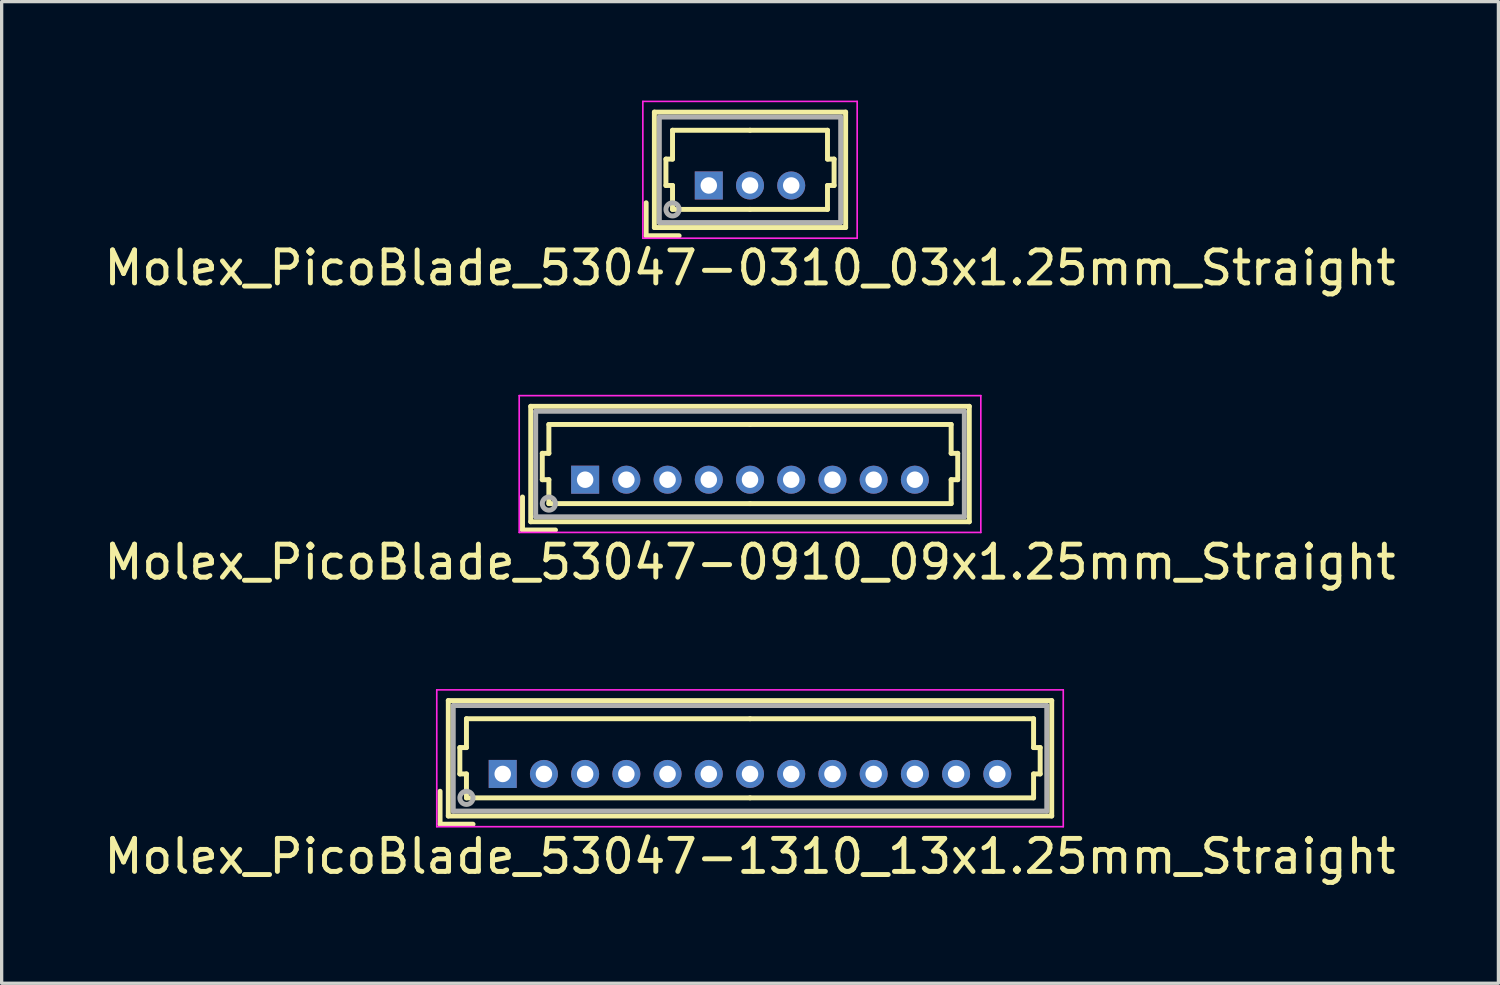
<source format=kicad_pcb>
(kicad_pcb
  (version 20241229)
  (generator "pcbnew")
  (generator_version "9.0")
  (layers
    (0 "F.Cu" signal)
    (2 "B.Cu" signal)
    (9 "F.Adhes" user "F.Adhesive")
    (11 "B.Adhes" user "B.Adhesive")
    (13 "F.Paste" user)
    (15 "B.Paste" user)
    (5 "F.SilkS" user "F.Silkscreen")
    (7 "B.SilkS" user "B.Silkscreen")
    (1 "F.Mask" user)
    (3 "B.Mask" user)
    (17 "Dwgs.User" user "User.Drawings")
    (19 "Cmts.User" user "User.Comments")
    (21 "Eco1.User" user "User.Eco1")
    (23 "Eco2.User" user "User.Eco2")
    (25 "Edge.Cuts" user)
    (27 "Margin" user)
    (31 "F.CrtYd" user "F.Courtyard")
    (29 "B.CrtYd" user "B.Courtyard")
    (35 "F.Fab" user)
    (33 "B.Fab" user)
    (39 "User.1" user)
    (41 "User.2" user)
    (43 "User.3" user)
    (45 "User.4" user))
  (footprint "Molex_PicoBlade_53047-1310_13x1.25mm_Straight"
    (layer "F.Cu")
    (at 12.196 20.422)
    (property "Reference" "Molex_PicoBlade_53047-1310_13x1.25mm_Straight" (at 7.5 2.5 0) (layer "F.SilkS") (effects (font (size 1 1) (thickness 0.15))))
    (attr through_hole)
    (fp_line (start -1.9 1.525) (end -1.9 0.525) (stroke (width 0.15) (type solid)) (layer "F.SilkS"))
    (fp_line (start -1.9 1.525) (end -0.9 1.525) (stroke (width 0.15) (type solid)) (layer "F.SilkS"))
    (fp_line (start -1.65 -2.225) (end -1.65 1.275) (stroke (width 0.15) (type solid)) (layer "F.SilkS"))
    (fp_line (start -1.65 1.275) (end 16.65 1.275) (stroke (width 0.15) (type solid)) (layer "F.SilkS"))
    (fp_line (start -1.3 -0.8) (end -1.1 -0.8) (stroke (width 0.15) (type solid)) (layer "F.SilkS"))
    (fp_line (start -1.3 0) (end -1.3 -0.8) (stroke (width 0.15) (type solid)) (layer "F.SilkS"))
    (fp_line (start -1.1 -1.675) (end 7.5 -1.675) (stroke (width 0.15) (type solid)) (layer "F.SilkS"))
    (fp_line (start -1.1 -0.8) (end -1.1 -1.675) (stroke (width 0.15) (type solid)) (layer "F.SilkS"))
    (fp_line (start -1.1 0) (end -1.3 0) (stroke (width 0.15) (type solid)) (layer "F.SilkS"))
    (fp_line (start -1.1 0.725) (end -1.1 0) (stroke (width 0.15) (type solid)) (layer "F.SilkS"))
    (fp_line (start 7.5 0.725) (end -1.1 0.725) (stroke (width 0.15) (type solid)) (layer "F.SilkS"))
    (fp_line (start 7.5 0.725) (end 16.1 0.725) (stroke (width 0.15) (type solid)) (layer "F.SilkS"))
    (fp_line (start 16.1 -1.675) (end 7.5 -1.675) (stroke (width 0.15) (type solid)) (layer "F.SilkS"))
    (fp_line (start 16.1 -0.8) (end 16.1 -1.675) (stroke (width 0.15) (type solid)) (layer "F.SilkS"))
    (fp_line (start 16.1 0) (end 16.3 0) (stroke (width 0.15) (type solid)) (layer "F.SilkS"))
    (fp_line (start 16.1 0.725) (end 16.1 0) (stroke (width 0.15) (type solid)) (layer "F.SilkS"))
    (fp_line (start 16.3 -0.8) (end 16.1 -0.8) (stroke (width 0.15) (type solid)) (layer "F.SilkS"))
    (fp_line (start 16.3 0) (end 16.3 -0.8) (stroke (width 0.15) (type solid)) (layer "F.SilkS"))
    (fp_line (start 16.65 -2.225) (end -1.65 -2.225) (stroke (width 0.15) (type solid)) (layer "F.SilkS"))
    (fp_line (start 16.65 1.275) (end 16.65 -2.225) (stroke (width 0.15) (type solid)) (layer "F.SilkS"))
    (fp_line (start -2 -2.55) (end -2 1.6) (stroke (width 0.05) (type solid)) (layer "F.CrtYd"))
    (fp_line (start -2 1.6) (end 17 1.6) (stroke (width 0.05) (type solid)) (layer "F.CrtYd"))
    (fp_line (start 17 -2.55) (end -2 -2.55) (stroke (width 0.05) (type solid)) (layer "F.CrtYd"))
    (fp_line (start 17 1.6) (end 17 -2.55) (stroke (width 0.05) (type solid)) (layer "F.CrtYd"))
    (fp_line (start -1.5 -2.075) (end -1.5 1.125) (stroke (width 0.15) (type solid)) (layer "F.Fab"))
    (fp_line (start -1.5 1.125) (end 16.5 1.125) (stroke (width 0.15) (type solid)) (layer "F.Fab"))
    (fp_line (start 16.5 -2.075) (end -1.5 -2.075) (stroke (width 0.15) (type solid)) (layer "F.Fab"))
    (fp_line (start 16.5 1.125) (end 16.5 -2.075) (stroke (width 0.15) (type solid)) (layer "F.Fab"))
    (fp_circle (center -1.1 0.725) (end -0.9 0.725) (stroke (width 0.15) (type solid)) (fill no) (layer "F.Fab"))
    (pad "1" thru_hole rect (at 0 0) (size 0.85 0.85) (drill 0.5) (layers "*.Cu" "*.Mask"))
    (pad "2" thru_hole circle (at 1.25 0) (size 0.85 0.85) (drill 0.5) (layers "*.Cu" "*.Mask"))
    (pad "3" thru_hole circle (at 2.5 0) (size 0.85 0.85) (drill 0.5) (layers "*.Cu" "*.Mask"))
    (pad "4" thru_hole circle (at 3.75 0) (size 0.85 0.85) (drill 0.5) (layers "*.Cu" "*.Mask"))
    (pad "5" thru_hole circle (at 5 0) (size 0.85 0.85) (drill 0.5) (layers "*.Cu" "*.Mask"))
    (pad "6" thru_hole circle (at 6.25 0) (size 0.85 0.85) (drill 0.5) (layers "*.Cu" "*.Mask"))
    (pad "7" thru_hole circle (at 7.5 0) (size 0.85 0.85) (drill 0.5) (layers "*.Cu" "*.Mask"))
    (pad "8" thru_hole circle (at 8.75 0) (size 0.85 0.85) (drill 0.5) (layers "*.Cu" "*.Mask"))
    (pad "9" thru_hole circle (at 10 0) (size 0.85 0.85) (drill 0.5) (layers "*.Cu" "*.Mask"))
    (pad "10" thru_hole circle (at 11.25 0) (size 0.85 0.85) (drill 0.5) (layers "*.Cu" "*.Mask"))
    (pad "11" thru_hole circle (at 12.5 0) (size 0.85 0.85) (drill 0.5) (layers "*.Cu" "*.Mask"))
    (pad "12" thru_hole circle (at 13.75 0) (size 0.85 0.85) (drill 0.5) (layers "*.Cu" "*.Mask"))
    (pad "13" thru_hole circle (at 15 0) (size 0.85 0.85) (drill 0.5) (layers "*.Cu" "*.Mask")))
  (footprint "Molex_PicoBlade_53047-0910_09x1.25mm_Straight"
    (layer "F.Cu")
    (at 14.696 11.498)
    (property "Reference" "Molex_PicoBlade_53047-0910_09x1.25mm_Straight" (at 5 2.5 0) (layer "F.SilkS") (effects (font (size 1 1) (thickness 0.15))))
    (attr through_hole)
    (fp_line (start -1.9 1.525) (end -1.9 0.525) (stroke (width 0.15) (type solid)) (layer "F.SilkS"))
    (fp_line (start -1.9 1.525) (end -0.9 1.525) (stroke (width 0.15) (type solid)) (layer "F.SilkS"))
    (fp_line (start -1.65 -2.225) (end -1.65 1.275) (stroke (width 0.15) (type solid)) (layer "F.SilkS"))
    (fp_line (start -1.65 1.275) (end 11.65 1.275) (stroke (width 0.15) (type solid)) (layer "F.SilkS"))
    (fp_line (start -1.3 -0.8) (end -1.1 -0.8) (stroke (width 0.15) (type solid)) (layer "F.SilkS"))
    (fp_line (start -1.3 0) (end -1.3 -0.8) (stroke (width 0.15) (type solid)) (layer "F.SilkS"))
    (fp_line (start -1.1 -1.675) (end 5 -1.675) (stroke (width 0.15) (type solid)) (layer "F.SilkS"))
    (fp_line (start -1.1 -0.8) (end -1.1 -1.675) (stroke (width 0.15) (type solid)) (layer "F.SilkS"))
    (fp_line (start -1.1 0) (end -1.3 0) (stroke (width 0.15) (type solid)) (layer "F.SilkS"))
    (fp_line (start -1.1 0.725) (end -1.1 0) (stroke (width 0.15) (type solid)) (layer "F.SilkS"))
    (fp_line (start 5 0.725) (end -1.1 0.725) (stroke (width 0.15) (type solid)) (layer "F.SilkS"))
    (fp_line (start 5 0.725) (end 11.1 0.725) (stroke (width 0.15) (type solid)) (layer "F.SilkS"))
    (fp_line (start 11.1 -1.675) (end 5 -1.675) (stroke (width 0.15) (type solid)) (layer "F.SilkS"))
    (fp_line (start 11.1 -0.8) (end 11.1 -1.675) (stroke (width 0.15) (type solid)) (layer "F.SilkS"))
    (fp_line (start 11.1 0) (end 11.3 0) (stroke (width 0.15) (type solid)) (layer "F.SilkS"))
    (fp_line (start 11.1 0.725) (end 11.1 0) (stroke (width 0.15) (type solid)) (layer "F.SilkS"))
    (fp_line (start 11.3 -0.8) (end 11.1 -0.8) (stroke (width 0.15) (type solid)) (layer "F.SilkS"))
    (fp_line (start 11.3 0) (end 11.3 -0.8) (stroke (width 0.15) (type solid)) (layer "F.SilkS"))
    (fp_line (start 11.65 -2.225) (end -1.65 -2.225) (stroke (width 0.15) (type solid)) (layer "F.SilkS"))
    (fp_line (start 11.65 1.275) (end 11.65 -2.225) (stroke (width 0.15) (type solid)) (layer "F.SilkS"))
    (fp_line (start -2 -2.55) (end -2 1.6) (stroke (width 0.05) (type solid)) (layer "F.CrtYd"))
    (fp_line (start -2 1.6) (end 12 1.6) (stroke (width 0.05) (type solid)) (layer "F.CrtYd"))
    (fp_line (start 12 -2.55) (end -2 -2.55) (stroke (width 0.05) (type solid)) (layer "F.CrtYd"))
    (fp_line (start 12 1.6) (end 12 -2.55) (stroke (width 0.05) (type solid)) (layer "F.CrtYd"))
    (fp_line (start -1.5 -2.075) (end -1.5 1.125) (stroke (width 0.15) (type solid)) (layer "F.Fab"))
    (fp_line (start -1.5 1.125) (end 11.5 1.125) (stroke (width 0.15) (type solid)) (layer "F.Fab"))
    (fp_line (start 11.5 -2.075) (end -1.5 -2.075) (stroke (width 0.15) (type solid)) (layer "F.Fab"))
    (fp_line (start 11.5 1.125) (end 11.5 -2.075) (stroke (width 0.15) (type solid)) (layer "F.Fab"))
    (fp_circle (center -1.1 0.725) (end -0.9 0.725) (stroke (width 0.15) (type solid)) (fill no) (layer "F.Fab"))
    (pad "1" thru_hole rect (at 0 0) (size 0.85 0.85) (drill 0.5) (layers "*.Cu" "*.Mask"))
    (pad "2" thru_hole circle (at 1.25 0) (size 0.85 0.85) (drill 0.5) (layers "*.Cu" "*.Mask"))
    (pad "3" thru_hole circle (at 2.5 0) (size 0.85 0.85) (drill 0.5) (layers "*.Cu" "*.Mask"))
    (pad "4" thru_hole circle (at 3.75 0) (size 0.85 0.85) (drill 0.5) (layers "*.Cu" "*.Mask"))
    (pad "5" thru_hole circle (at 5 0) (size 0.85 0.85) (drill 0.5) (layers "*.Cu" "*.Mask"))
    (pad "6" thru_hole circle (at 6.25 0) (size 0.85 0.85) (drill 0.5) (layers "*.Cu" "*.Mask"))
    (pad "7" thru_hole circle (at 7.5 0) (size 0.85 0.85) (drill 0.5) (layers "*.Cu" "*.Mask"))
    (pad "8" thru_hole circle (at 8.75 0) (size 0.85 0.85) (drill 0.5) (layers "*.Cu" "*.Mask"))
    (pad "9" thru_hole circle (at 10 0) (size 0.85 0.85) (drill 0.5) (layers "*.Cu" "*.Mask")))
  (footprint "Molex_PicoBlade_53047-0310_03x1.25mm_Straight"
    (layer "F.Cu")
    (at 18.446 2.575)
    (property "Reference" "Molex_PicoBlade_53047-0310_03x1.25mm_Straight" (at 1.25 2.5 0) (layer "F.SilkS") (effects (font (size 1 1) (thickness 0.15))))
    (attr through_hole)
    (fp_line (start -1.9 1.525) (end -1.9 0.525) (stroke (width 0.15) (type solid)) (layer "F.SilkS"))
    (fp_line (start -1.9 1.525) (end -0.9 1.525) (stroke (width 0.15) (type solid)) (layer "F.SilkS"))
    (fp_line (start -1.65 -2.225) (end -1.65 1.275) (stroke (width 0.15) (type solid)) (layer "F.SilkS"))
    (fp_line (start -1.65 1.275) (end 4.15 1.275) (stroke (width 0.15) (type solid)) (layer "F.SilkS"))
    (fp_line (start -1.3 -0.8) (end -1.1 -0.8) (stroke (width 0.15) (type solid)) (layer "F.SilkS"))
    (fp_line (start -1.3 0) (end -1.3 -0.8) (stroke (width 0.15) (type solid)) (layer "F.SilkS"))
    (fp_line (start -1.1 -1.675) (end 1.25 -1.675) (stroke (width 0.15) (type solid)) (layer "F.SilkS"))
    (fp_line (start -1.1 -0.8) (end -1.1 -1.675) (stroke (width 0.15) (type solid)) (layer "F.SilkS"))
    (fp_line (start -1.1 0) (end -1.3 0) (stroke (width 0.15) (type solid)) (layer "F.SilkS"))
    (fp_line (start -1.1 0.725) (end -1.1 0) (stroke (width 0.15) (type solid)) (layer "F.SilkS"))
    (fp_line (start 1.25 0.725) (end -1.1 0.725) (stroke (width 0.15) (type solid)) (layer "F.SilkS"))
    (fp_line (start 1.25 0.725) (end 3.6 0.725) (stroke (width 0.15) (type solid)) (layer "F.SilkS"))
    (fp_line (start 3.6 -1.675) (end 1.25 -1.675) (stroke (width 0.15) (type solid)) (layer "F.SilkS"))
    (fp_line (start 3.6 -0.8) (end 3.6 -1.675) (stroke (width 0.15) (type solid)) (layer "F.SilkS"))
    (fp_line (start 3.6 0) (end 3.8 0) (stroke (width 0.15) (type solid)) (layer "F.SilkS"))
    (fp_line (start 3.6 0.725) (end 3.6 0) (stroke (width 0.15) (type solid)) (layer "F.SilkS"))
    (fp_line (start 3.8 -0.8) (end 3.6 -0.8) (stroke (width 0.15) (type solid)) (layer "F.SilkS"))
    (fp_line (start 3.8 0) (end 3.8 -0.8) (stroke (width 0.15) (type solid)) (layer "F.SilkS"))
    (fp_line (start 4.15 -2.225) (end -1.65 -2.225) (stroke (width 0.15) (type solid)) (layer "F.SilkS"))
    (fp_line (start 4.15 1.275) (end 4.15 -2.225) (stroke (width 0.15) (type solid)) (layer "F.SilkS"))
    (fp_line (start -2 -2.55) (end -2 1.6) (stroke (width 0.05) (type solid)) (layer "F.CrtYd"))
    (fp_line (start -2 1.6) (end 4.5 1.6) (stroke (width 0.05) (type solid)) (layer "F.CrtYd"))
    (fp_line (start 4.5 -2.55) (end -2 -2.55) (stroke (width 0.05) (type solid)) (layer "F.CrtYd"))
    (fp_line (start 4.5 1.6) (end 4.5 -2.55) (stroke (width 0.05) (type solid)) (layer "F.CrtYd"))
    (fp_line (start -1.5 -2.075) (end -1.5 1.125) (stroke (width 0.15) (type solid)) (layer "F.Fab"))
    (fp_line (start -1.5 1.125) (end 4 1.125) (stroke (width 0.15) (type solid)) (layer "F.Fab"))
    (fp_line (start 4 -2.075) (end -1.5 -2.075) (stroke (width 0.15) (type solid)) (layer "F.Fab"))
    (fp_line (start 4 1.125) (end 4 -2.075) (stroke (width 0.15) (type solid)) (layer "F.Fab"))
    (fp_circle (center -1.1 0.725) (end -0.9 0.725) (stroke (width 0.15) (type solid)) (fill no) (layer "F.Fab"))
    (pad "1" thru_hole rect (at 0 0) (size 0.85 0.85) (drill 0.5) (layers "*.Cu" "*.Mask"))
    (pad "2" thru_hole circle (at 1.25 0) (size 0.85 0.85) (drill 0.5) (layers "*.Cu" "*.Mask"))
    (pad "3" thru_hole circle (at 2.5 0) (size 0.85 0.85) (drill 0.5) (layers "*.Cu" "*.Mask")))
  (gr_rect
    (start -3 -3)
    (end 42.393 26.77)
    (stroke (width 0.1) (type default))
    (fill no)
    (layer "Edge.Cuts")))
</source>
